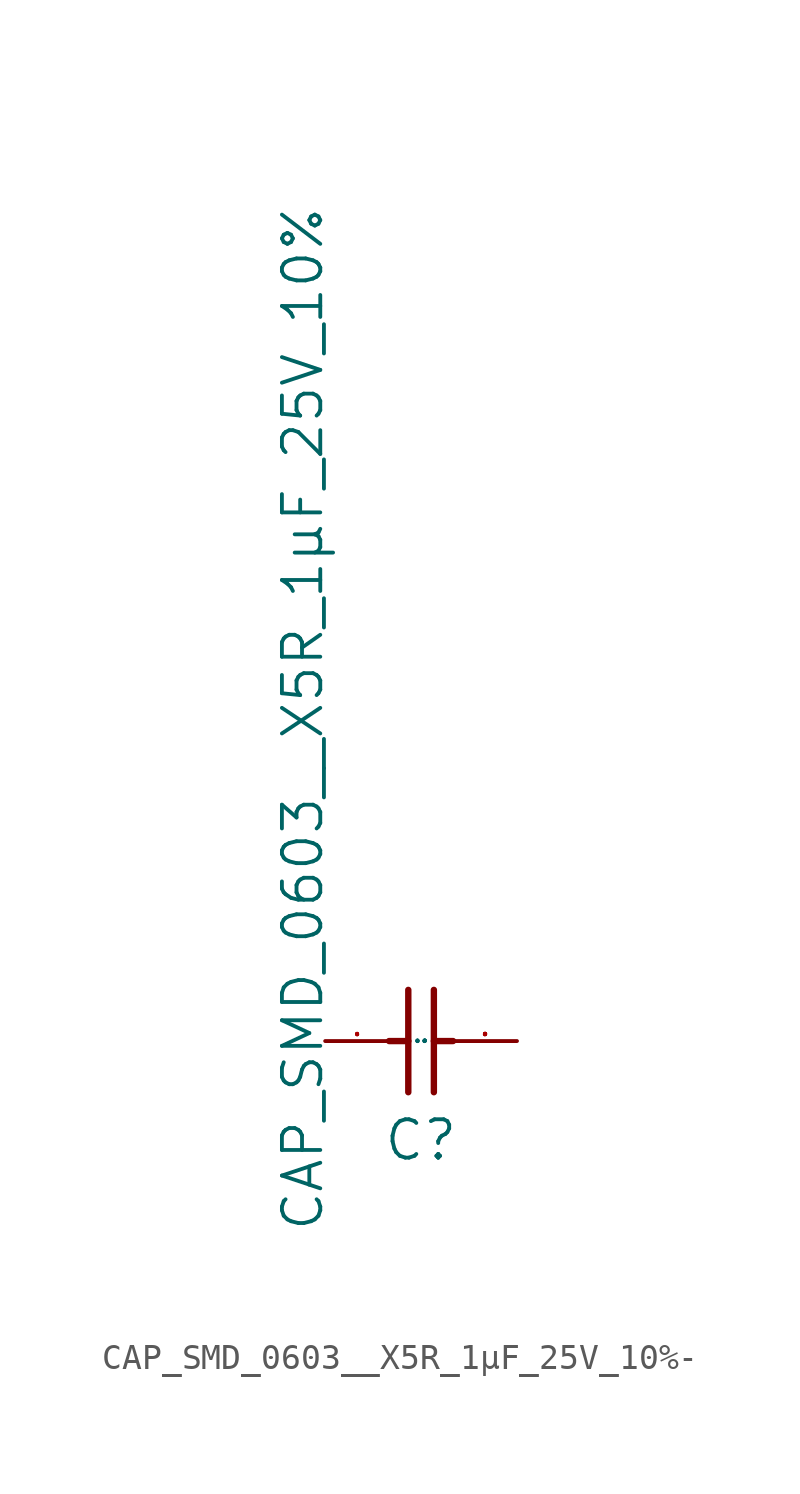
<source format=kicad_sym>
(kicad_symbol_lib
  (version 20220914)
  (generator kicad_symbol_editor)
  (symbol "CAP_SMD_0603__X5R_1µF_25V_10%-"
    (pin_names
      (offset 1.016))
    (property "Reference" "C"
      (at 2.286 -4.826 0)
      (effects (font (size 1.524 1.524)) (justify left bottom)))
    (property "Value" "CAP_SMD_0603__X5R_1µF_25V_10%"
      (at 0 -7.62 90)
      (effects (font (size 1.524 1.524)) (justify left bottom)))
    (property "Footprint" ""
      (at 0 0 0)
      (effects (font (size 1.524 1.524))))
    (property "Datasheet" ""
      (at 0 0 0)
      (effects (font (size 1.524 1.524))))
    (symbol "CAP_SMD_0603__X5R_1µF_25V_10%-_0_1"
      (polyline (pts (xy 2.54 0) (xy 3.302 0)) (stroke (width 0.254) (type solid)) (fill (type none)))
      (polyline (pts (xy 3.302 -2.032) (xy 3.302 2.032)) (stroke (width 0.254) (type solid)) (fill (type none)))
      (polyline (pts (xy 4.318 2.032) (xy 4.318 -2.032)) (stroke (width 0.254) (type solid)) (fill (type none)))
      (polyline (pts (xy 5.08 0) (xy 4.318 0)) (stroke (width 0.254) (type solid)) (fill (type none)))
      (pin passive line (at 0 0 0) (length 2.54) (name "1" (effects (font (size 0.025 0.025)))) (number "1" (effects (font (size 0.025 0.025)))))
      (pin passive line (at 7.62 0 180) (length 2.54) (name "2" (effects (font (size 0.025 0.025)))) (number "2" (effects (font (size 0.025 0.025))))))))
</source>
